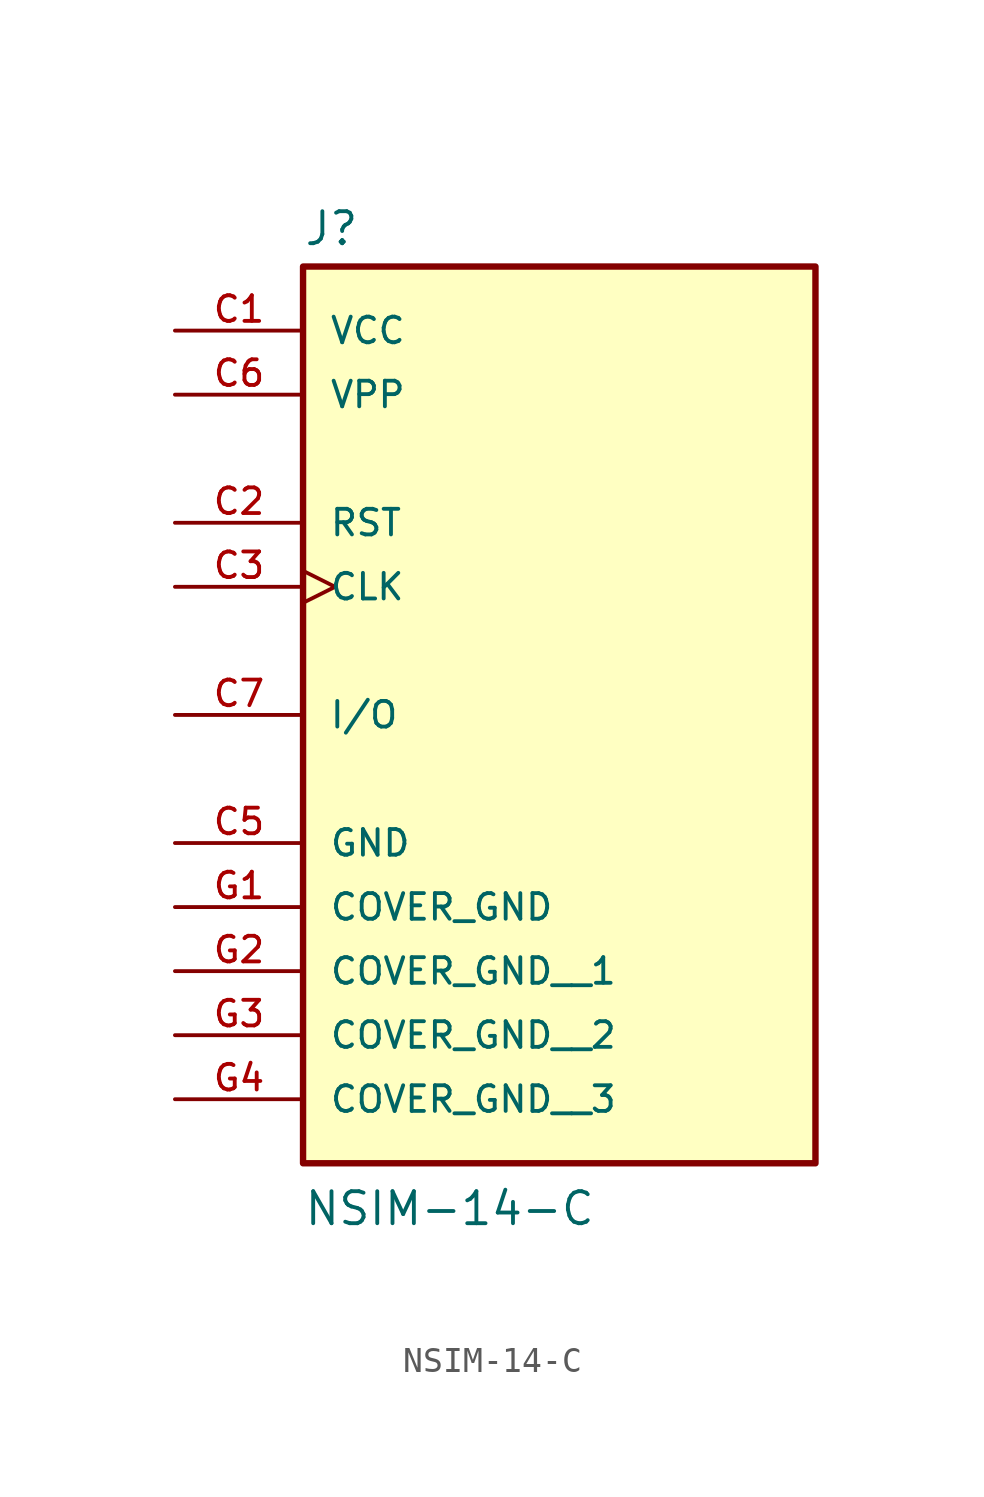
<source format=kicad_sym>
(kicad_symbol_lib
  (version 20211014)
  (generator kicad_symbol_editor)
  (symbol "NSIM-14-C"
    (pin_names
      (offset 1.016))
    (property "Reference" "J"
      (at -10.16 13.462 0)
      (effects (font (size 1.27 1.27)) (justify bottom left)))
    (property "Value" "NSIM-14-C"
      (at -10.16 -25.4 0)
      (effects (font (size 1.27 1.27)) (justify bottom left)))
    (symbol "NSIM-14-C_0_0"
      (rectangle (start -10.16 -22.86) (end 10.16 12.7) (stroke (width 0.254)) (fill (type background)))
      (pin power_in line (at -15.24 10.16 0) (length 5.08) (name "VCC" (effects (font (size 1.016 1.016)))) (number "C1" (effects (font (size 1.016 1.016)))))
      (pin input line (at -15.24 2.54 0) (length 5.08) (name "RST" (effects (font (size 1.016 1.016)))) (number "C2" (effects (font (size 1.016 1.016)))))
      (pin input clock (at -15.24 0.0 0) (length 5.08) (name "CLK" (effects (font (size 1.016 1.016)))) (number "C3" (effects (font (size 1.016 1.016)))))
      (pin power_in line (at -15.24 -10.16 0) (length 5.08) (name "GND" (effects (font (size 1.016 1.016)))) (number "C5" (effects (font (size 1.016 1.016)))))
      (pin power_in line (at -15.24 7.62 0) (length 5.08) (name "VPP" (effects (font (size 1.016 1.016)))) (number "C6" (effects (font (size 1.016 1.016)))))
      (pin bidirectional line (at -15.24 -5.08 0) (length 5.08) (name "I/O" (effects (font (size 1.016 1.016)))) (number "C7" (effects (font (size 1.016 1.016)))))
      (pin power_in line (at -15.24 -12.7 0) (length 5.08) (name "COVER_GND" (effects (font (size 1.016 1.016)))) (number "G1" (effects (font (size 1.016 1.016)))))
      (pin power_in line (at -15.24 -15.24 0) (length 5.08) (name "COVER_GND__1" (effects (font (size 1.016 1.016)))) (number "G2" (effects (font (size 1.016 1.016)))))
      (pin power_in line (at -15.24 -17.78 0) (length 5.08) (name "COVER_GND__2" (effects (font (size 1.016 1.016)))) (number "G3" (effects (font (size 1.016 1.016)))))
      (pin power_in line (at -15.24 -20.32 0) (length 5.08) (name "COVER_GND__3" (effects (font (size 1.016 1.016)))) (number "G4" (effects (font (size 1.016 1.016))))))))
</source>
